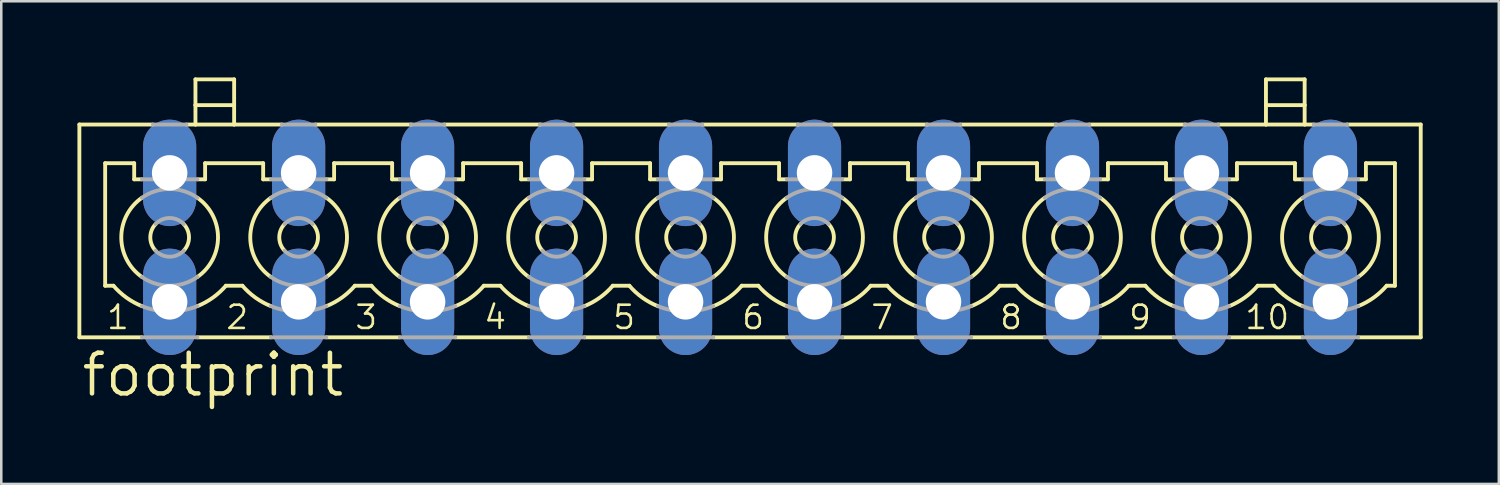
<source format=kicad_pcb>
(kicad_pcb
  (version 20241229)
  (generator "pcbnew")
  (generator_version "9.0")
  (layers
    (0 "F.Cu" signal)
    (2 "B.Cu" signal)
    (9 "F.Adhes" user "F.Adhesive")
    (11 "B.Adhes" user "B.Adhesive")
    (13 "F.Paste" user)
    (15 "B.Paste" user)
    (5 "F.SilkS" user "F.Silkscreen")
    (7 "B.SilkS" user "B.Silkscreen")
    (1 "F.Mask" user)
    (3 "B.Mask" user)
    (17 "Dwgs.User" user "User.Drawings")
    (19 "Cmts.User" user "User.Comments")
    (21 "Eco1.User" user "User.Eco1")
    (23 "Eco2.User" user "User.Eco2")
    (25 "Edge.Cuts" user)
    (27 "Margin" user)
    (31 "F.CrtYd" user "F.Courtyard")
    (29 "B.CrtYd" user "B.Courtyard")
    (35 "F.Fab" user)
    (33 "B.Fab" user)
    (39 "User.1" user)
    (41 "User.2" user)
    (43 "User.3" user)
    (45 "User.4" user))
  (footprint "footprint"
    (layer "F.Cu")
    (at 26.492 6.299)
    (property "Reference" "footprint" (at -26.416 6.35 0) (layer "F.SilkS") (effects (font (size 1.6 1.6) (thickness 0.178)) (justify left bottom)))
    (fp_line (start -26.416 -4.445) (end -26.416 3.937) (stroke (width 0.152) (type solid)) (layer "F.SilkS"))
    (fp_line (start -26.416 -4.445) (end -23.52 -4.445) (stroke (width 0.152) (type solid)) (layer "F.SilkS"))
    (fp_line (start -26.416 3.937) (end -23.952 3.937) (stroke (width 0.152) (type solid)) (layer "F.SilkS"))
    (fp_line (start -25.4 -2.921) (end -25.4 1.905) (stroke (width 0.152) (type solid)) (layer "F.SilkS"))
    (fp_line (start -25.4 -2.921) (end -24.257 -2.921) (stroke (width 0.152) (type solid)) (layer "F.SilkS"))
    (fp_line (start -25.4 1.905) (end -25.074 1.905) (stroke (width 0.152) (type solid)) (layer "F.SilkS"))
    (fp_line (start -24.257 -2.286) (end -24.257 -2.921) (stroke (width 0.152) (type solid)) (layer "F.SilkS"))
    (fp_line (start -24.257 -2.286) (end -23.952 -2.286) (stroke (width 0.152) (type solid)) (layer "F.SilkS"))
    (fp_line (start -22.2 -4.445) (end -21.844 -4.445) (stroke (width 0.152) (type solid)) (layer "F.SilkS"))
    (fp_line (start -21.844 -5.207) (end -21.844 -6.223) (stroke (width 0.152) (type solid)) (layer "F.SilkS"))
    (fp_line (start -21.844 -5.207) (end -20.32 -5.207) (stroke (width 0.152) (type solid)) (layer "F.SilkS"))
    (fp_line (start -21.844 -4.445) (end -21.844 -5.207) (stroke (width 0.152) (type solid)) (layer "F.SilkS"))
    (fp_line (start -21.844 -4.445) (end -20.32 -4.445) (stroke (width 0.152) (type solid)) (layer "F.SilkS"))
    (fp_line (start -21.768 -2.286) (end -21.463 -2.286) (stroke (width 0.152) (type solid)) (layer "F.SilkS"))
    (fp_line (start -21.768 3.937) (end -18.872 3.937) (stroke (width 0.152) (type solid)) (layer "F.SilkS"))
    (fp_line (start -21.463 -2.921) (end -19.177 -2.921) (stroke (width 0.152) (type solid)) (layer "F.SilkS"))
    (fp_line (start -21.463 -2.286) (end -21.463 -2.921) (stroke (width 0.152) (type solid)) (layer "F.SilkS"))
    (fp_line (start -20.646 1.905) (end -19.994 1.905) (stroke (width 0.152) (type solid)) (layer "F.SilkS"))
    (fp_line (start -20.32 -6.223) (end -21.844 -6.223) (stroke (width 0.152) (type solid)) (layer "F.SilkS"))
    (fp_line (start -20.32 -5.207) (end -20.32 -6.223) (stroke (width 0.152) (type solid)) (layer "F.SilkS"))
    (fp_line (start -20.32 -4.445) (end -20.32 -5.207) (stroke (width 0.152) (type solid)) (layer "F.SilkS"))
    (fp_line (start -20.32 -4.445) (end -18.44 -4.445) (stroke (width 0.152) (type solid)) (layer "F.SilkS"))
    (fp_line (start -19.177 -2.286) (end -19.177 -2.921) (stroke (width 0.152) (type solid)) (layer "F.SilkS"))
    (fp_line (start -19.177 -2.286) (end -18.872 -2.286) (stroke (width 0.152) (type solid)) (layer "F.SilkS"))
    (fp_line (start -17.12 -4.445) (end -13.335 -4.445) (stroke (width 0.152) (type solid)) (layer "F.SilkS"))
    (fp_line (start -16.688 -2.286) (end -16.383 -2.286) (stroke (width 0.152) (type solid)) (layer "F.SilkS"))
    (fp_line (start -16.688 3.937) (end -13.792 3.937) (stroke (width 0.152) (type solid)) (layer "F.SilkS"))
    (fp_line (start -16.383 -2.921) (end -14.097 -2.921) (stroke (width 0.152) (type solid)) (layer "F.SilkS"))
    (fp_line (start -16.383 -2.286) (end -16.383 -2.921) (stroke (width 0.152) (type solid)) (layer "F.SilkS"))
    (fp_line (start -15.566 1.905) (end -14.914 1.905) (stroke (width 0.152) (type solid)) (layer "F.SilkS"))
    (fp_line (start -14.097 -2.286) (end -14.097 -2.921) (stroke (width 0.152) (type solid)) (layer "F.SilkS"))
    (fp_line (start -14.097 -2.286) (end -13.792 -2.286) (stroke (width 0.152) (type solid)) (layer "F.SilkS"))
    (fp_line (start -12.04 -4.445) (end -8.255 -4.445) (stroke (width 0.152) (type solid)) (layer "F.SilkS"))
    (fp_line (start -11.608 -2.286) (end -11.303 -2.286) (stroke (width 0.152) (type solid)) (layer "F.SilkS"))
    (fp_line (start -11.608 3.937) (end -8.712 3.937) (stroke (width 0.152) (type solid)) (layer "F.SilkS"))
    (fp_line (start -11.303 -2.921) (end -9.017 -2.921) (stroke (width 0.152) (type solid)) (layer "F.SilkS"))
    (fp_line (start -11.303 -2.286) (end -11.303 -2.921) (stroke (width 0.152) (type solid)) (layer "F.SilkS"))
    (fp_line (start -10.486 1.905) (end -9.834 1.905) (stroke (width 0.152) (type solid)) (layer "F.SilkS"))
    (fp_line (start -9.017 -2.286) (end -9.017 -2.921) (stroke (width 0.152) (type solid)) (layer "F.SilkS"))
    (fp_line (start -9.017 -2.286) (end -8.712 -2.286) (stroke (width 0.152) (type solid)) (layer "F.SilkS"))
    (fp_line (start -6.96 -4.445) (end -3.175 -4.445) (stroke (width 0.152) (type solid)) (layer "F.SilkS"))
    (fp_line (start -6.528 -2.286) (end -6.223 -2.286) (stroke (width 0.152) (type solid)) (layer "F.SilkS"))
    (fp_line (start -6.528 3.937) (end -3.632 3.937) (stroke (width 0.152) (type solid)) (layer "F.SilkS"))
    (fp_line (start -6.223 -2.921) (end -3.937 -2.921) (stroke (width 0.152) (type solid)) (layer "F.SilkS"))
    (fp_line (start -6.223 -2.286) (end -6.223 -2.921) (stroke (width 0.152) (type solid)) (layer "F.SilkS"))
    (fp_line (start -5.406 1.905) (end -4.754 1.905) (stroke (width 0.152) (type solid)) (layer "F.SilkS"))
    (fp_line (start -3.937 -2.286) (end -3.937 -2.921) (stroke (width 0.152) (type solid)) (layer "F.SilkS"))
    (fp_line (start -3.937 -2.286) (end -3.632 -2.286) (stroke (width 0.152) (type solid)) (layer "F.SilkS"))
    (fp_line (start -1.88 -4.445) (end 1.905 -4.445) (stroke (width 0.152) (type solid)) (layer "F.SilkS"))
    (fp_line (start -1.448 -2.286) (end -1.143 -2.286) (stroke (width 0.152) (type solid)) (layer "F.SilkS"))
    (fp_line (start -1.448 3.937) (end 1.448 3.937) (stroke (width 0.152) (type solid)) (layer "F.SilkS"))
    (fp_line (start -1.143 -2.921) (end 1.143 -2.921) (stroke (width 0.152) (type solid)) (layer "F.SilkS"))
    (fp_line (start -1.143 -2.286) (end -1.143 -2.921) (stroke (width 0.152) (type solid)) (layer "F.SilkS"))
    (fp_line (start -0.326 1.905) (end 0.326 1.905) (stroke (width 0.152) (type solid)) (layer "F.SilkS"))
    (fp_line (start 1.143 -2.286) (end 1.143 -2.921) (stroke (width 0.152) (type solid)) (layer "F.SilkS"))
    (fp_line (start 1.143 -2.286) (end 1.448 -2.286) (stroke (width 0.152) (type solid)) (layer "F.SilkS"))
    (fp_line (start 3.2 -4.445) (end 6.985 -4.445) (stroke (width 0.152) (type solid)) (layer "F.SilkS"))
    (fp_line (start 3.632 -2.286) (end 3.937 -2.286) (stroke (width 0.152) (type solid)) (layer "F.SilkS"))
    (fp_line (start 3.632 3.937) (end 6.528 3.937) (stroke (width 0.152) (type solid)) (layer "F.SilkS"))
    (fp_line (start 3.937 -2.921) (end 6.223 -2.921) (stroke (width 0.152) (type solid)) (layer "F.SilkS"))
    (fp_line (start 3.937 -2.286) (end 3.937 -2.921) (stroke (width 0.152) (type solid)) (layer "F.SilkS"))
    (fp_line (start 4.754 1.905) (end 5.406 1.905) (stroke (width 0.152) (type solid)) (layer "F.SilkS"))
    (fp_line (start 6.223 -2.286) (end 6.223 -2.921) (stroke (width 0.152) (type solid)) (layer "F.SilkS"))
    (fp_line (start 6.223 -2.286) (end 6.528 -2.286) (stroke (width 0.152) (type solid)) (layer "F.SilkS"))
    (fp_line (start 8.28 -4.445) (end 12.065 -4.445) (stroke (width 0.152) (type solid)) (layer "F.SilkS"))
    (fp_line (start 8.712 -2.286) (end 9.017 -2.286) (stroke (width 0.152) (type solid)) (layer "F.SilkS"))
    (fp_line (start 8.712 3.937) (end 11.608 3.937) (stroke (width 0.152) (type solid)) (layer "F.SilkS"))
    (fp_line (start 9.017 -2.921) (end 11.303 -2.921) (stroke (width 0.152) (type solid)) (layer "F.SilkS"))
    (fp_line (start 9.017 -2.286) (end 9.017 -2.921) (stroke (width 0.152) (type solid)) (layer "F.SilkS"))
    (fp_line (start 9.834 1.905) (end 10.486 1.905) (stroke (width 0.152) (type solid)) (layer "F.SilkS"))
    (fp_line (start 11.303 -2.286) (end 11.303 -2.921) (stroke (width 0.152) (type solid)) (layer "F.SilkS"))
    (fp_line (start 11.303 -2.286) (end 11.608 -2.286) (stroke (width 0.152) (type solid)) (layer "F.SilkS"))
    (fp_line (start 13.36 -4.445) (end 17.145 -4.445) (stroke (width 0.152) (type solid)) (layer "F.SilkS"))
    (fp_line (start 13.792 -2.286) (end 14.097 -2.286) (stroke (width 0.152) (type solid)) (layer "F.SilkS"))
    (fp_line (start 13.792 3.937) (end 16.688 3.937) (stroke (width 0.152) (type solid)) (layer "F.SilkS"))
    (fp_line (start 14.097 -2.921) (end 16.383 -2.921) (stroke (width 0.152) (type solid)) (layer "F.SilkS"))
    (fp_line (start 14.097 -2.286) (end 14.097 -2.921) (stroke (width 0.152) (type solid)) (layer "F.SilkS"))
    (fp_line (start 14.914 1.905) (end 15.566 1.905) (stroke (width 0.152) (type solid)) (layer "F.SilkS"))
    (fp_line (start 16.383 -2.286) (end 16.383 -2.921) (stroke (width 0.152) (type solid)) (layer "F.SilkS"))
    (fp_line (start 16.383 -2.286) (end 16.688 -2.286) (stroke (width 0.152) (type solid)) (layer "F.SilkS"))
    (fp_line (start 18.44 -4.445) (end 20.32 -4.445) (stroke (width 0.152) (type solid)) (layer "F.SilkS"))
    (fp_line (start 18.872 -2.286) (end 19.177 -2.286) (stroke (width 0.152) (type solid)) (layer "F.SilkS"))
    (fp_line (start 18.872 3.937) (end 21.768 3.937) (stroke (width 0.152) (type solid)) (layer "F.SilkS"))
    (fp_line (start 19.177 -2.921) (end 21.463 -2.921) (stroke (width 0.152) (type solid)) (layer "F.SilkS"))
    (fp_line (start 19.177 -2.286) (end 19.177 -2.921) (stroke (width 0.152) (type solid)) (layer "F.SilkS"))
    (fp_line (start 19.994 1.905) (end 20.646 1.905) (stroke (width 0.152) (type solid)) (layer "F.SilkS"))
    (fp_line (start 20.32 -5.207) (end 20.32 -6.223) (stroke (width 0.152) (type solid)) (layer "F.SilkS"))
    (fp_line (start 20.32 -5.207) (end 21.844 -5.207) (stroke (width 0.152) (type solid)) (layer "F.SilkS"))
    (fp_line (start 20.32 -4.445) (end 20.32 -5.207) (stroke (width 0.152) (type solid)) (layer "F.SilkS"))
    (fp_line (start 20.32 -4.445) (end 21.844 -4.445) (stroke (width 0.152) (type solid)) (layer "F.SilkS"))
    (fp_line (start 21.463 -2.286) (end 21.463 -2.921) (stroke (width 0.152) (type solid)) (layer "F.SilkS"))
    (fp_line (start 21.463 -2.286) (end 21.768 -2.286) (stroke (width 0.152) (type solid)) (layer "F.SilkS"))
    (fp_line (start 21.844 -6.223) (end 20.32 -6.223) (stroke (width 0.152) (type solid)) (layer "F.SilkS"))
    (fp_line (start 21.844 -5.207) (end 21.844 -6.223) (stroke (width 0.152) (type solid)) (layer "F.SilkS"))
    (fp_line (start 21.844 -4.445) (end 21.844 -5.207) (stroke (width 0.152) (type solid)) (layer "F.SilkS"))
    (fp_line (start 21.844 -4.445) (end 22.2 -4.445) (stroke (width 0.152) (type solid)) (layer "F.SilkS"))
    (fp_line (start 23.52 -4.445) (end 26.416 -4.445) (stroke (width 0.152) (type solid)) (layer "F.SilkS"))
    (fp_line (start 23.952 -2.286) (end 24.257 -2.286) (stroke (width 0.152) (type solid)) (layer "F.SilkS"))
    (fp_line (start 23.952 3.937) (end 26.416 3.937) (stroke (width 0.152) (type solid)) (layer "F.SilkS"))
    (fp_line (start 24.257 -2.921) (end 25.4 -2.921) (stroke (width 0.152) (type solid)) (layer "F.SilkS"))
    (fp_line (start 24.257 -2.286) (end 24.257 -2.921) (stroke (width 0.152) (type solid)) (layer "F.SilkS"))
    (fp_line (start 25.074 1.905) (end 25.4 1.905) (stroke (width 0.152) (type solid)) (layer "F.SilkS"))
    (fp_line (start 25.4 1.905) (end 25.4 -2.921) (stroke (width 0.152) (type solid)) (layer "F.SilkS"))
    (fp_line (start 26.416 -4.445) (end 26.416 3.937) (stroke (width 0.152) (type solid)) (layer "F.SilkS"))
    (fp_arc (start -23.952199 1.560801) (mid -24.764993 0.000001) (end -23.9522 -1.5608) (stroke (width 0.1524) (type solid)) (layer "F.SilkS"))
    (fp_arc (start -23.9518 2.7092) (mid -24.561094 2.374351) (end -25.074 1.905) (stroke (width 0.1524) (type solid)) (layer "F.SilkS"))
    (fp_arc (start -23.4114 0.526) (mid -23.622049 0) (end -23.4114 -0.526) (stroke (width 0.1524) (type solid)) (layer "F.SilkS"))
    (fp_arc (start -22.308599 -0.525999) (mid -22.097951 0.000001) (end -22.3086 0.526) (stroke (width 0.1524) (type solid)) (layer "F.SilkS"))
    (fp_arc (start -21.7678 -1.5608) (mid -20.955007 0) (end -21.7678 1.5608) (stroke (width 0.1524) (type solid)) (layer "F.SilkS"))
    (fp_arc (start -20.6455 1.9051) (mid -21.158459 2.374412) (end -21.7678 2.7092) (stroke (width 0.1524) (type solid)) (layer "F.SilkS"))
    (fp_arc (start -18.872199 1.560801) (mid -19.684993 0.000001) (end -18.8722 -1.5608) (stroke (width 0.1524) (type solid)) (layer "F.SilkS"))
    (fp_arc (start -18.8718 2.7092) (mid -19.481094 2.374351) (end -19.994 1.905) (stroke (width 0.1524) (type solid)) (layer "F.SilkS"))
    (fp_arc (start -18.3314 0.526) (mid -18.542049 0) (end -18.3314 -0.526) (stroke (width 0.1524) (type solid)) (layer "F.SilkS"))
    (fp_arc (start -17.228599 -0.525999) (mid -17.017951 0.000001) (end -17.2286 0.526) (stroke (width 0.1524) (type solid)) (layer "F.SilkS"))
    (fp_arc (start -16.6878 -1.5608) (mid -15.875007 0) (end -16.6878 1.5608) (stroke (width 0.1524) (type solid)) (layer "F.SilkS"))
    (fp_arc (start -15.5655 1.9051) (mid -16.078459 2.374412) (end -16.6878 2.7092) (stroke (width 0.1524) (type solid)) (layer "F.SilkS"))
    (fp_arc (start -13.792199 1.560801) (mid -14.604993 0.000001) (end -13.7922 -1.5608) (stroke (width 0.1524) (type solid)) (layer "F.SilkS"))
    (fp_arc (start -13.7918 2.7092) (mid -14.401094 2.374351) (end -14.914 1.905) (stroke (width 0.1524) (type solid)) (layer "F.SilkS"))
    (fp_arc (start -13.2514 0.526) (mid -13.462049 0) (end -13.2514 -0.526) (stroke (width 0.1524) (type solid)) (layer "F.SilkS"))
    (fp_arc (start -12.148599 -0.525999) (mid -11.937951 0.000001) (end -12.1486 0.526) (stroke (width 0.1524) (type solid)) (layer "F.SilkS"))
    (fp_arc (start -11.6078 -1.5608) (mid -10.795007 0) (end -11.6078 1.5608) (stroke (width 0.1524) (type solid)) (layer "F.SilkS"))
    (fp_arc (start -10.4855 1.9051) (mid -10.998459 2.374412) (end -11.6078 2.7092) (stroke (width 0.1524) (type solid)) (layer "F.SilkS"))
    (fp_arc (start -8.712199 1.560801) (mid -9.524993 0.000001) (end -8.7122 -1.5608) (stroke (width 0.1524) (type solid)) (layer "F.SilkS"))
    (fp_arc (start -8.7118 2.7092) (mid -9.321094 2.374351) (end -9.834 1.905) (stroke (width 0.1524) (type solid)) (layer "F.SilkS"))
    (fp_arc (start -8.1714 0.526) (mid -8.382049 0) (end -8.1714 -0.526) (stroke (width 0.1524) (type solid)) (layer "F.SilkS"))
    (fp_arc (start -7.068599 -0.525999) (mid -6.857951 0.000001) (end -7.0686 0.526) (stroke (width 0.1524) (type solid)) (layer "F.SilkS"))
    (fp_arc (start -6.5278 -1.5608) (mid -5.715007 0) (end -6.5278 1.5608) (stroke (width 0.1524) (type solid)) (layer "F.SilkS"))
    (fp_arc (start -5.4055 1.9051) (mid -5.918459 2.374412) (end -6.5278 2.7092) (stroke (width 0.1524) (type solid)) (layer "F.SilkS"))
    (fp_arc (start -3.632199 1.560801) (mid -4.444993 0.000001) (end -3.6322 -1.5608) (stroke (width 0.1524) (type solid)) (layer "F.SilkS"))
    (fp_arc (start -3.6318 2.7092) (mid -4.241094 2.374351) (end -4.754 1.905) (stroke (width 0.1524) (type solid)) (layer "F.SilkS"))
    (fp_arc (start -3.0914 0.526) (mid -3.302049 0) (end -3.0914 -0.526) (stroke (width 0.1524) (type solid)) (layer "F.SilkS"))
    (fp_arc (start -1.988599 -0.525999) (mid -1.777951 0.000001) (end -1.9886 0.526) (stroke (width 0.1524) (type solid)) (layer "F.SilkS"))
    (fp_arc (start -1.4478 -1.5608) (mid -0.635007 0) (end -1.4478 1.5608) (stroke (width 0.1524) (type solid)) (layer "F.SilkS"))
    (fp_arc (start -0.3255 1.9051) (mid -0.838459 2.374412) (end -1.4478 2.7092) (stroke (width 0.1524) (type solid)) (layer "F.SilkS"))
    (fp_arc (start 1.4478 1.5608) (mid 0.635007 0) (end 1.4478 -1.5608) (stroke (width 0.1524) (type solid)) (layer "F.SilkS"))
    (fp_arc (start 1.4482 2.709) (mid 0.838916 2.374254) (end 0.326 1.905) (stroke (width 0.1524) (type solid)) (layer "F.SilkS"))
    (fp_arc (start 1.988599 0.525999) (mid 1.777951 -0.000001) (end 1.9886 -0.526) (stroke (width 0.1524) (type solid)) (layer "F.SilkS"))
    (fp_arc (start 3.0914 -0.526) (mid 3.302049 0) (end 3.0914 0.526) (stroke (width 0.1524) (type solid)) (layer "F.SilkS"))
    (fp_arc (start 3.632199 -1.560801) (mid 4.444993 -0.000001) (end 3.6322 1.5608) (stroke (width 0.1524) (type solid)) (layer "F.SilkS"))
    (fp_arc (start 4.754 1.905) (mid 4.241094 2.374351) (end 3.6318 2.7092) (stroke (width 0.1524) (type solid)) (layer "F.SilkS"))
    (fp_arc (start 6.5278 1.5608) (mid 5.715007 0) (end 6.5278 -1.5608) (stroke (width 0.1524) (type solid)) (layer "F.SilkS"))
    (fp_arc (start 6.5282 2.709) (mid 5.918916 2.374254) (end 5.406 1.905) (stroke (width 0.1524) (type solid)) (layer "F.SilkS"))
    (fp_arc (start 7.068599 0.525999) (mid 6.857951 -0.000001) (end 7.0686 -0.526) (stroke (width 0.1524) (type solid)) (layer "F.SilkS"))
    (fp_arc (start 8.1714 -0.526) (mid 8.382049 0) (end 8.1714 0.526) (stroke (width 0.1524) (type solid)) (layer "F.SilkS"))
    (fp_arc (start 8.712199 -1.560801) (mid 9.524993 -0.000001) (end 8.7122 1.5608) (stroke (width 0.1524) (type solid)) (layer "F.SilkS"))
    (fp_arc (start 9.834 1.905) (mid 9.321094 2.374351) (end 8.7118 2.7092) (stroke (width 0.1524) (type solid)) (layer "F.SilkS"))
    (fp_arc (start 11.6078 1.5608) (mid 10.795007 0) (end 11.6078 -1.5608) (stroke (width 0.1524) (type solid)) (layer "F.SilkS"))
    (fp_arc (start 11.6082 2.709) (mid 10.998916 2.374254) (end 10.486 1.905) (stroke (width 0.1524) (type solid)) (layer "F.SilkS"))
    (fp_arc (start 12.148599 0.525999) (mid 11.937951 -0.000001) (end 12.1486 -0.526) (stroke (width 0.1524) (type solid)) (layer "F.SilkS"))
    (fp_arc (start 13.2514 -0.526) (mid 13.462049 0) (end 13.2514 0.526) (stroke (width 0.1524) (type solid)) (layer "F.SilkS"))
    (fp_arc (start 13.792199 -1.560801) (mid 14.604993 -0.000001) (end 13.7922 1.5608) (stroke (width 0.1524) (type solid)) (layer "F.SilkS"))
    (fp_arc (start 14.914 1.905) (mid 14.401094 2.374351) (end 13.7918 2.7092) (stroke (width 0.1524) (type solid)) (layer "F.SilkS"))
    (fp_arc (start 16.6878 1.5608) (mid 15.875007 0) (end 16.6878 -1.5608) (stroke (width 0.1524) (type solid)) (layer "F.SilkS"))
    (fp_arc (start 16.6882 2.709) (mid 16.078916 2.374254) (end 15.566 1.905) (stroke (width 0.1524) (type solid)) (layer "F.SilkS"))
    (fp_arc (start 17.228599 0.525999) (mid 17.017951 -0.000001) (end 17.2286 -0.526) (stroke (width 0.1524) (type solid)) (layer "F.SilkS"))
    (fp_arc (start 18.3314 -0.526) (mid 18.542049 0) (end 18.3314 0.526) (stroke (width 0.1524) (type solid)) (layer "F.SilkS"))
    (fp_arc (start 18.872199 -1.560801) (mid 19.684993 -0.000001) (end 18.8722 1.5608) (stroke (width 0.1524) (type solid)) (layer "F.SilkS"))
    (fp_arc (start 19.994 1.905) (mid 19.481094 2.374351) (end 18.8718 2.7092) (stroke (width 0.1524) (type solid)) (layer "F.SilkS"))
    (fp_arc (start 21.7678 1.5608) (mid 20.955007 0) (end 21.7678 -1.5608) (stroke (width 0.1524) (type solid)) (layer "F.SilkS"))
    (fp_arc (start 21.7682 2.709) (mid 21.158916 2.374254) (end 20.646 1.905) (stroke (width 0.1524) (type solid)) (layer "F.SilkS"))
    (fp_arc (start 22.308599 0.525999) (mid 22.097951 -0.000001) (end 22.3086 -0.526) (stroke (width 0.1524) (type solid)) (layer "F.SilkS"))
    (fp_arc (start 23.4114 -0.526) (mid 23.622049 0) (end 23.4114 0.526) (stroke (width 0.1524) (type solid)) (layer "F.SilkS"))
    (fp_arc (start 23.952199 -1.560801) (mid 24.764993 -0.000001) (end 23.9522 1.5608) (stroke (width 0.1524) (type solid)) (layer "F.SilkS"))
    (fp_arc (start 25.074 1.905) (mid 24.561094 2.374351) (end 23.9518 2.7092) (stroke (width 0.1524) (type solid)) (layer "F.SilkS"))
    (fp_line (start -23.952 -2.286) (end -21.768 -2.286) (stroke (width 0.152) (type solid)) (layer "F.Fab"))
    (fp_line (start -23.952 3.937) (end -21.768 3.937) (stroke (width 0.152) (type solid)) (layer "F.Fab"))
    (fp_line (start -23.52 -4.445) (end -22.2 -4.445) (stroke (width 0.152) (type solid)) (layer "F.Fab"))
    (fp_line (start -18.872 -2.286) (end -16.688 -2.286) (stroke (width 0.152) (type solid)) (layer "F.Fab"))
    (fp_line (start -18.872 3.937) (end -16.688 3.937) (stroke (width 0.152) (type solid)) (layer "F.Fab"))
    (fp_line (start -18.44 -4.445) (end -17.12 -4.445) (stroke (width 0.152) (type solid)) (layer "F.Fab"))
    (fp_line (start -13.792 -2.286) (end -11.608 -2.286) (stroke (width 0.152) (type solid)) (layer "F.Fab"))
    (fp_line (start -13.792 3.937) (end -11.608 3.937) (stroke (width 0.152) (type solid)) (layer "F.Fab"))
    (fp_line (start -13.36 -4.445) (end -12.04 -4.445) (stroke (width 0.152) (type solid)) (layer "F.Fab"))
    (fp_line (start -8.712 -2.286) (end -6.528 -2.286) (stroke (width 0.152) (type solid)) (layer "F.Fab"))
    (fp_line (start -8.712 3.937) (end -6.528 3.937) (stroke (width 0.152) (type solid)) (layer "F.Fab"))
    (fp_line (start -8.28 -4.445) (end -6.96 -4.445) (stroke (width 0.152) (type solid)) (layer "F.Fab"))
    (fp_line (start -3.632 -2.286) (end -1.448 -2.286) (stroke (width 0.152) (type solid)) (layer "F.Fab"))
    (fp_line (start -3.632 3.937) (end -1.448 3.937) (stroke (width 0.152) (type solid)) (layer "F.Fab"))
    (fp_line (start -3.2 -4.445) (end -1.88 -4.445) (stroke (width 0.152) (type solid)) (layer "F.Fab"))
    (fp_line (start 1.448 -2.286) (end 3.632 -2.286) (stroke (width 0.152) (type solid)) (layer "F.Fab"))
    (fp_line (start 1.448 3.937) (end 3.632 3.937) (stroke (width 0.152) (type solid)) (layer "F.Fab"))
    (fp_line (start 1.88 -4.445) (end 3.2 -4.445) (stroke (width 0.152) (type solid)) (layer "F.Fab"))
    (fp_line (start 6.528 -2.286) (end 8.712 -2.286) (stroke (width 0.152) (type solid)) (layer "F.Fab"))
    (fp_line (start 6.528 3.937) (end 8.712 3.937) (stroke (width 0.152) (type solid)) (layer "F.Fab"))
    (fp_line (start 6.96 -4.445) (end 8.28 -4.445) (stroke (width 0.152) (type solid)) (layer "F.Fab"))
    (fp_line (start 11.608 -2.286) (end 13.792 -2.286) (stroke (width 0.152) (type solid)) (layer "F.Fab"))
    (fp_line (start 11.608 3.937) (end 13.792 3.937) (stroke (width 0.152) (type solid)) (layer "F.Fab"))
    (fp_line (start 12.04 -4.445) (end 13.36 -4.445) (stroke (width 0.152) (type solid)) (layer "F.Fab"))
    (fp_line (start 16.688 -2.286) (end 18.872 -2.286) (stroke (width 0.152) (type solid)) (layer "F.Fab"))
    (fp_line (start 16.688 3.937) (end 18.872 3.937) (stroke (width 0.152) (type solid)) (layer "F.Fab"))
    (fp_line (start 17.12 -4.445) (end 18.44 -4.445) (stroke (width 0.152) (type solid)) (layer "F.Fab"))
    (fp_line (start 21.768 -2.286) (end 23.952 -2.286) (stroke (width 0.152) (type solid)) (layer "F.Fab"))
    (fp_line (start 21.768 3.937) (end 23.952 3.937) (stroke (width 0.152) (type solid)) (layer "F.Fab"))
    (fp_line (start 22.2 -4.445) (end 23.52 -4.445) (stroke (width 0.152) (type solid)) (layer "F.Fab"))
    (fp_arc (start -23.9522 -1.5608) (mid -22.86 -1.904993) (end -21.7678 -1.5608) (stroke (width 0.1524) (type solid)) (layer "F.Fab"))
    (fp_arc (start -23.4114 -0.526) (mid -22.86 -0.762049) (end -22.3086 -0.526) (stroke (width 0.1524) (type solid)) (layer "F.Fab"))
    (fp_arc (start -22.3086 0.526) (mid -22.86 0.762049) (end -23.4114 0.526) (stroke (width 0.1524) (type solid)) (layer "F.Fab"))
    (fp_arc (start -21.7678 1.5608) (mid -22.86 1.904993) (end -23.9522 1.5608) (stroke (width 0.1524) (type solid)) (layer "F.Fab"))
    (fp_arc (start -21.7678 2.7092) (mid -22.86 2.921073) (end -23.9522 2.7092) (stroke (width 0.1524) (type solid)) (layer "F.Fab"))
    (fp_arc (start -18.8722 -1.5608) (mid -17.78 -1.904993) (end -16.6878 -1.5608) (stroke (width 0.1524) (type solid)) (layer "F.Fab"))
    (fp_arc (start -18.3314 -0.526) (mid -17.78 -0.762049) (end -17.2286 -0.526) (stroke (width 0.1524) (type solid)) (layer "F.Fab"))
    (fp_arc (start -17.2286 0.526) (mid -17.78 0.762049) (end -18.3314 0.526) (stroke (width 0.1524) (type solid)) (layer "F.Fab"))
    (fp_arc (start -16.6878 1.5608) (mid -17.78 1.904993) (end -18.8722 1.5608) (stroke (width 0.1524) (type solid)) (layer "F.Fab"))
    (fp_arc (start -16.6878 2.7092) (mid -17.78 2.921073) (end -18.8722 2.7092) (stroke (width 0.1524) (type solid)) (layer "F.Fab"))
    (fp_arc (start -13.7922 -1.5608) (mid -12.7 -1.904993) (end -11.6078 -1.5608) (stroke (width 0.1524) (type solid)) (layer "F.Fab"))
    (fp_arc (start -13.2514 -0.526) (mid -12.7 -0.762049) (end -12.1486 -0.526) (stroke (width 0.1524) (type solid)) (layer "F.Fab"))
    (fp_arc (start -12.1486 0.526) (mid -12.7 0.762049) (end -13.2514 0.526) (stroke (width 0.1524) (type solid)) (layer "F.Fab"))
    (fp_arc (start -11.6078 1.5608) (mid -12.7 1.904993) (end -13.7922 1.5608) (stroke (width 0.1524) (type solid)) (layer "F.Fab"))
    (fp_arc (start -11.6078 2.7092) (mid -12.7 2.921073) (end -13.7922 2.7092) (stroke (width 0.1524) (type solid)) (layer "F.Fab"))
    (fp_arc (start -8.7122 -1.5608) (mid -7.62 -1.904993) (end -6.5278 -1.5608) (stroke (width 0.1524) (type solid)) (layer "F.Fab"))
    (fp_arc (start -8.1714 -0.526) (mid -7.62 -0.762049) (end -7.0686 -0.526) (stroke (width 0.1524) (type solid)) (layer "F.Fab"))
    (fp_arc (start -7.0686 0.526) (mid -7.62 0.762049) (end -8.1714 0.526) (stroke (width 0.1524) (type solid)) (layer "F.Fab"))
    (fp_arc (start -6.5278 1.5608) (mid -7.62 1.904993) (end -8.7122 1.5608) (stroke (width 0.1524) (type solid)) (layer "F.Fab"))
    (fp_arc (start -6.5278 2.7092) (mid -7.62 2.921073) (end -8.7122 2.7092) (stroke (width 0.1524) (type solid)) (layer "F.Fab"))
    (fp_arc (start -3.6322 -1.5608) (mid -2.54 -1.904993) (end -1.4478 -1.5608) (stroke (width 0.1524) (type solid)) (layer "F.Fab"))
    (fp_arc (start -3.0914 -0.526) (mid -2.54 -0.762049) (end -1.9886 -0.526) (stroke (width 0.1524) (type solid)) (layer "F.Fab"))
    (fp_arc (start -1.9886 0.526) (mid -2.54 0.762049) (end -3.0914 0.526) (stroke (width 0.1524) (type solid)) (layer "F.Fab"))
    (fp_arc (start -1.4478 1.5608) (mid -2.54 1.904993) (end -3.6322 1.5608) (stroke (width 0.1524) (type solid)) (layer "F.Fab"))
    (fp_arc (start -1.4478 2.7092) (mid -2.54 2.921073) (end -3.6322 2.7092) (stroke (width 0.1524) (type solid)) (layer "F.Fab"))
    (fp_arc (start 1.4478 -1.5608) (mid 2.54 -1.904993) (end 3.6322 -1.5608) (stroke (width 0.1524) (type solid)) (layer "F.Fab"))
    (fp_arc (start 1.9886 -0.526) (mid 2.54 -0.762049) (end 3.0914 -0.526) (stroke (width 0.1524) (type solid)) (layer "F.Fab"))
    (fp_arc (start 3.0914 0.526) (mid 2.54 0.762049) (end 1.9886 0.526) (stroke (width 0.1524) (type solid)) (layer "F.Fab"))
    (fp_arc (start 3.6322 1.5608) (mid 2.54 1.904993) (end 1.4478 1.5608) (stroke (width 0.1524) (type solid)) (layer "F.Fab"))
    (fp_arc (start 3.6322 2.7092) (mid 2.54 2.921073) (end 1.4478 2.7092) (stroke (width 0.1524) (type solid)) (layer "F.Fab"))
    (fp_arc (start 6.5278 -1.5608) (mid 7.62 -1.904993) (end 8.7122 -1.5608) (stroke (width 0.1524) (type solid)) (layer "F.Fab"))
    (fp_arc (start 7.0686 -0.526) (mid 7.62 -0.762049) (end 8.1714 -0.526) (stroke (width 0.1524) (type solid)) (layer "F.Fab"))
    (fp_arc (start 8.1714 0.526) (mid 7.62 0.762049) (end 7.0686 0.526) (stroke (width 0.1524) (type solid)) (layer "F.Fab"))
    (fp_arc (start 8.7122 1.5608) (mid 7.62 1.904993) (end 6.5278 1.5608) (stroke (width 0.1524) (type solid)) (layer "F.Fab"))
    (fp_arc (start 8.7122 2.7092) (mid 7.62 2.921073) (end 6.5278 2.7092) (stroke (width 0.1524) (type solid)) (layer "F.Fab"))
    (fp_arc (start 11.6078 -1.5608) (mid 12.7 -1.904993) (end 13.7922 -1.5608) (stroke (width 0.1524) (type solid)) (layer "F.Fab"))
    (fp_arc (start 12.1486 -0.526) (mid 12.7 -0.762049) (end 13.2514 -0.526) (stroke (width 0.1524) (type solid)) (layer "F.Fab"))
    (fp_arc (start 13.2514 0.526) (mid 12.7 0.762049) (end 12.1486 0.526) (stroke (width 0.1524) (type solid)) (layer "F.Fab"))
    (fp_arc (start 13.7922 1.5608) (mid 12.7 1.904993) (end 11.6078 1.5608) (stroke (width 0.1524) (type solid)) (layer "F.Fab"))
    (fp_arc (start 13.7922 2.7092) (mid 12.7 2.921073) (end 11.6078 2.7092) (stroke (width 0.1524) (type solid)) (layer "F.Fab"))
    (fp_arc (start 16.6878 -1.5608) (mid 17.78 -1.904993) (end 18.8722 -1.5608) (stroke (width 0.1524) (type solid)) (layer "F.Fab"))
    (fp_arc (start 17.2286 -0.526) (mid 17.78 -0.762049) (end 18.3314 -0.526) (stroke (width 0.1524) (type solid)) (layer "F.Fab"))
    (fp_arc (start 18.3314 0.526) (mid 17.78 0.762049) (end 17.2286 0.526) (stroke (width 0.1524) (type solid)) (layer "F.Fab"))
    (fp_arc (start 18.8722 1.5608) (mid 17.78 1.904993) (end 16.6878 1.5608) (stroke (width 0.1524) (type solid)) (layer "F.Fab"))
    (fp_arc (start 18.8722 2.7092) (mid 17.78 2.921073) (end 16.6878 2.7092) (stroke (width 0.1524) (type solid)) (layer "F.Fab"))
    (fp_arc (start 21.7678 -1.5608) (mid 22.86 -1.904993) (end 23.9522 -1.5608) (stroke (width 0.1524) (type solid)) (layer "F.Fab"))
    (fp_arc (start 22.3086 -0.526) (mid 22.86 -0.762049) (end 23.4114 -0.526) (stroke (width 0.1524) (type solid)) (layer "F.Fab"))
    (fp_arc (start 23.4114 0.526) (mid 22.86 0.762049) (end 22.3086 0.526) (stroke (width 0.1524) (type solid)) (layer "F.Fab"))
    (fp_arc (start 23.9522 1.5608) (mid 22.86 1.904993) (end 21.7678 1.5608) (stroke (width 0.1524) (type solid)) (layer "F.Fab"))
    (fp_arc (start 23.9522 2.7092) (mid 22.86 2.921073) (end 21.7678 2.7092) (stroke (width 0.1524) (type solid)) (layer "F.Fab"))
    (fp_text user "4" (at -10.541 3.683 0) (layer "F.SilkS") (effects (font (size 0.914 0.914) (thickness 0.102)) (justify left bottom)))
    (fp_text user "2" (at -20.701 3.683 0) (layer "F.SilkS") (effects (font (size 0.914 0.914) (thickness 0.102)) (justify left bottom)))
    (fp_text user "6" (at -0.381 3.683 0) (layer "F.SilkS") (effects (font (size 0.914 0.914) (thickness 0.102)) (justify left bottom)))
    (fp_text user "1" (at -25.4 3.683 0) (layer "F.SilkS") (effects (font (size 0.914 0.914) (thickness 0.102)) (justify left bottom)))
    (fp_text user "8" (at 9.779 3.683 0) (layer "F.SilkS") (effects (font (size 0.914 0.914) (thickness 0.102)) (justify left bottom)))
    (fp_text user "10" (at 19.431 3.683 0) (layer "F.SilkS") (effects (font (size 0.914 0.914) (thickness 0.102)) (justify left bottom)))
    (fp_text user "3" (at -15.621 3.683 0) (layer "F.SilkS") (effects (font (size 0.914 0.914) (thickness 0.102)) (justify left bottom)))
    (fp_text user "7" (at 4.699 3.683 0) (layer "F.SilkS") (effects (font (size 0.914 0.914) (thickness 0.102)) (justify left bottom)))
    (fp_text user "5" (at -5.461 3.683 0) (layer "F.SilkS") (effects (font (size 0.914 0.914) (thickness 0.102)) (justify left bottom)))
    (fp_text user "9" (at 14.859 3.683 0) (layer "F.SilkS") (effects (font (size 0.914 0.914) (thickness 0.102)) (justify left bottom)))
    (pad "1" thru_hole oval (at -22.86 -2.54 90) (size 4.191 2.095) (drill 1.397) (layers "*.Cu" "*.Mask"))
    (pad "1A" thru_hole oval (at -22.86 2.54 90) (size 4.191 2.095) (drill 1.397) (layers "*.Cu" "*.Mask"))
    (pad "2" thru_hole oval (at -17.78 -2.54 90) (size 4.191 2.095) (drill 1.397) (layers "*.Cu" "*.Mask"))
    (pad "2A" thru_hole oval (at -17.78 2.54 90) (size 4.191 2.095) (drill 1.397) (layers "*.Cu" "*.Mask"))
    (pad "3" thru_hole oval (at -12.7 -2.54 90) (size 4.191 2.095) (drill 1.397) (layers "*.Cu" "*.Mask"))
    (pad "3A" thru_hole oval (at -12.7 2.54 90) (size 4.191 2.095) (drill 1.397) (layers "*.Cu" "*.Mask"))
    (pad "4" thru_hole oval (at -7.62 -2.54 90) (size 4.191 2.095) (drill 1.397) (layers "*.Cu" "*.Mask"))
    (pad "4A" thru_hole oval (at -7.62 2.54 90) (size 4.191 2.095) (drill 1.397) (layers "*.Cu" "*.Mask"))
    (pad "5" thru_hole oval (at -2.54 -2.54 90) (size 4.191 2.095) (drill 1.397) (layers "*.Cu" "*.Mask"))
    (pad "5A" thru_hole oval (at -2.54 2.54 90) (size 4.191 2.095) (drill 1.397) (layers "*.Cu" "*.Mask"))
    (pad "6" thru_hole oval (at 2.54 -2.54 90) (size 4.191 2.095) (drill 1.397) (layers "*.Cu" "*.Mask"))
    (pad "6A" thru_hole oval (at 2.54 2.54 90) (size 4.191 2.095) (drill 1.397) (layers "*.Cu" "*.Mask"))
    (pad "7" thru_hole oval (at 7.62 -2.54 90) (size 4.191 2.095) (drill 1.397) (layers "*.Cu" "*.Mask"))
    (pad "7A" thru_hole oval (at 7.62 2.54 90) (size 4.191 2.095) (drill 1.397) (layers "*.Cu" "*.Mask"))
    (pad "8" thru_hole oval (at 12.7 -2.54 90) (size 4.191 2.095) (drill 1.397) (layers "*.Cu" "*.Mask"))
    (pad "8A" thru_hole oval (at 12.7 2.54 90) (size 4.191 2.095) (drill 1.397) (layers "*.Cu" "*.Mask"))
    (pad "9" thru_hole oval (at 17.78 -2.54 90) (size 4.191 2.095) (drill 1.397) (layers "*.Cu" "*.Mask"))
    (pad "9A" thru_hole oval (at 17.78 2.54 90) (size 4.191 2.095) (drill 1.397) (layers "*.Cu" "*.Mask"))
    (pad "10" thru_hole oval (at 22.86 -2.54 90) (size 4.191 2.095) (drill 1.397) (layers "*.Cu" "*.Mask"))
    (pad "10A" thru_hole oval (at 22.86 2.54 90) (size 4.191 2.095) (drill 1.397) (layers "*.Cu" "*.Mask")))
  (gr_rect
    (start -3 -3)
    (end 55.984 16.012)
    (stroke (width 0.1) (type default))
    (fill no)
    (layer "Edge.Cuts")))
</source>
